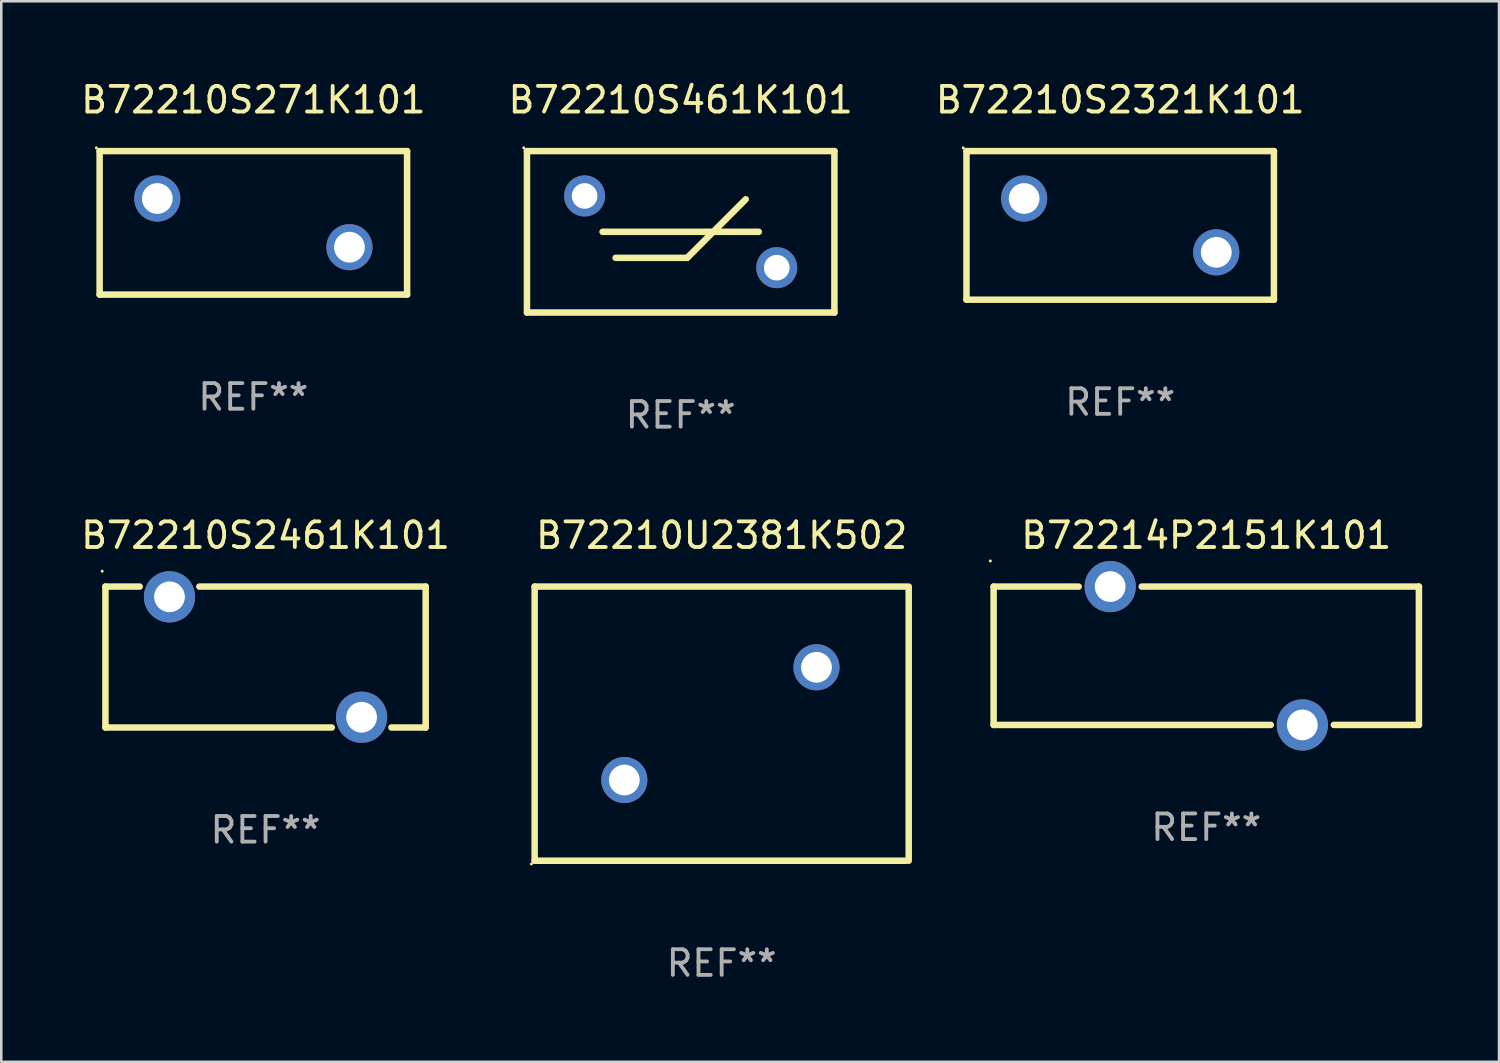
<source format=kicad_pcb>
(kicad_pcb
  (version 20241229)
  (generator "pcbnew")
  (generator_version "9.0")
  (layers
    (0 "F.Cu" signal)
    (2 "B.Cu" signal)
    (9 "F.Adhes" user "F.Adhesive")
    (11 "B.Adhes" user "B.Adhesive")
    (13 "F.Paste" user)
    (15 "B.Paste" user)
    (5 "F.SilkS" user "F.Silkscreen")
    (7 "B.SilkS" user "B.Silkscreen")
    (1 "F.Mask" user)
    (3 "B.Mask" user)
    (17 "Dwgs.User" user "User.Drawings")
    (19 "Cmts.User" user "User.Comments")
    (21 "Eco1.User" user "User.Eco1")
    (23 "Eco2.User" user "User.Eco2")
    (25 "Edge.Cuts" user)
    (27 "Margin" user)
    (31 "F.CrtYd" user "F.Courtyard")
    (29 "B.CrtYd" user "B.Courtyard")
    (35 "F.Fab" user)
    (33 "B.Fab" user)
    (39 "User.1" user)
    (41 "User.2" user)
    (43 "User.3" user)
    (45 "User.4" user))
  (footprint "B72210S2461K101"
    (layer "F.Cu")
    (at 7.315 22.595)
    (property "Reference" "B72210S2461K101" (at 0 -4.75 0) (layer "F.SilkS") (effects (font (size 1 1) (thickness 0.15))))
    (attr through_hole)
    (fp_line (start -6.25 -2.75) (end -4.913 -2.75) (stroke (width 0.254) (type solid)) (layer "F.SilkS"))
    (fp_line (start -6.25 2.75) (end -6.25 -2.75) (stroke (width 0.254) (type solid)) (layer "F.SilkS"))
    (fp_line (start -2.585 -2.75) (end 6.25 -2.75) (stroke (width 0.254) (type solid)) (layer "F.SilkS"))
    (fp_line (start 2.585 2.75) (end -6.25 2.75) (stroke (width 0.254) (type solid)) (layer "F.SilkS"))
    (fp_line (start 6.25 -2.75) (end 6.25 2.75) (stroke (width 0.254) (type solid)) (layer "F.SilkS"))
    (fp_line (start 6.25 2.75) (end 4.913 2.75) (stroke (width 0.254) (type solid)) (layer "F.SilkS"))
    (fp_circle (center -6.377 -3.35) (end -6.347 -3.35) (stroke (width 0.06) (type solid)) (fill no) (layer "F.SilkS"))
    (fp_text user "REF**" (at 0 6.75 0) (layer "F.Fab") (effects (font (size 1 1) (thickness 0.15))))
    (pad "1" thru_hole circle (at -3.749 -2.35) (size 2 2) (drill 1.2) (layers "*.Cu" "*.Mask"))
    (pad "2" thru_hole circle (at 3.749 2.35) (size 2 2) (drill 1.2) (layers "*.Cu" "*.Mask")))
  (footprint "B72214P2151K101"
    (layer "F.Cu")
    (at 44.032 22.545)
    (property "Reference" "B72214P2151K101" (at 0 -4.7 0) (layer "F.SilkS") (effects (font (size 1 1) (thickness 0.15))))
    (attr through_hole)
    (fp_line (start -8.3 -2.7) (end -8.3 2.7) (stroke (width 0.254) (type solid)) (layer "F.SilkS"))
    (fp_line (start -8.3 -2.7) (end -4.981 -2.7) (stroke (width 0.254) (type solid)) (layer "F.SilkS"))
    (fp_line (start -8.3 2.7) (end 2.519 2.7) (stroke (width 0.254) (type solid)) (layer "F.SilkS"))
    (fp_line (start -2.519 -2.7) (end 8.3 -2.7) (stroke (width 0.254) (type solid)) (layer "F.SilkS"))
    (fp_line (start 4.981 2.7) (end 8.3 2.7) (stroke (width 0.254) (type solid)) (layer "F.SilkS"))
    (fp_line (start 8.3 -2.7) (end 8.3 2.7) (stroke (width 0.254) (type solid)) (layer "F.SilkS"))
    (fp_circle (center -8.427 -3.7) (end -8.397 -3.7) (stroke (width 0.06) (type solid)) (fill no) (layer "F.SilkS"))
    (fp_text user "REF**" (at 0 6.7 0) (layer "F.Fab") (effects (font (size 1 1) (thickness 0.15))))
    (pad "1" thru_hole circle (at -3.75 -2.7) (size 2 2) (drill 1.2) (layers "*.Cu" "*.Mask"))
    (pad "2" thru_hole circle (at 3.75 2.7) (size 2 2) (drill 1.2) (layers "*.Cu" "*.Mask")))
  (footprint "B72210U2381K502"
    (layer "F.Cu")
    (at 25.118 25.195)
    (property "Reference" "B72210U2381K502" (at 0 -7.35 0) (layer "F.SilkS") (effects (font (size 1 1) (thickness 0.15))))
    (attr through_hole)
    (fp_line (start -7.3 -5.35) (end 7.2 -5.35) (stroke (width 0.254) (type solid)) (layer "F.SilkS"))
    (fp_line (start -7.3 5.35) (end -7.3 -5.35) (stroke (width 0.254) (type solid)) (layer "F.SilkS"))
    (fp_line (start 7.2 5.35) (end -7.3 5.35) (stroke (width 0.254) (type solid)) (layer "F.SilkS"))
    (fp_line (start 7.3 -5.35) (end 7.3 5.35) (stroke (width 0.254) (type solid)) (layer "F.SilkS"))
    (fp_circle (center -7.427 5.477) (end -7.397 5.477) (stroke (width 0.06) (type solid)) (fill no) (layer "F.SilkS"))
    (fp_text user "REF**" (at 0 9.35 0) (layer "F.Fab") (effects (font (size 1 1) (thickness 0.15))))
    (pad "1" thru_hole circle (at -3.8 2.2) (size 1.8 1.8) (drill 1.2) (layers "*.Cu" "*.Mask"))
    (pad "2" thru_hole circle (at 3.7 -2.2) (size 1.8 1.8) (drill 1.2) (layers "*.Cu" "*.Mask")))
  (footprint "B72210S271K101"
    (layer "F.Cu")
    (at 6.839 5.648)
    (property "Reference" "B72210S271K101" (at 0 -4.8 0) (layer "F.SilkS") (effects (font (size 1 1) (thickness 0.15))))
    (attr through_hole)
    (fp_line (start -6 -2.8) (end 6 -2.8) (stroke (width 0.254) (type solid)) (layer "F.SilkS"))
    (fp_line (start -6 2.8) (end -6 -2.8) (stroke (width 0.254) (type solid)) (layer "F.SilkS"))
    (fp_line (start 6 -2.8) (end 6 2.8) (stroke (width 0.254) (type solid)) (layer "F.SilkS"))
    (fp_line (start 6 2.8) (end -6 2.8) (stroke (width 0.254) (type solid)) (layer "F.SilkS"))
    (fp_circle (center -6.127 -2.927) (end -6.097 -2.927) (stroke (width 0.06) (type solid)) (fill no) (layer "F.SilkS"))
    (fp_text user "REF**" (at 0 6.8 0) (layer "F.Fab") (effects (font (size 1 1) (thickness 0.15))))
    (pad "1" thru_hole circle (at -3.75 -0.95) (size 1.8 1.8) (drill 1.2) (layers "*.Cu" "*.Mask"))
    (pad "2" thru_hole circle (at 3.75 0.95) (size 1.8 1.8) (drill 1.2) (layers "*.Cu" "*.Mask")))
  (footprint "B72210S461K101"
    (layer "F.Cu")
    (at 23.518 5.998)
    (property "Reference" "B72210S461K101" (at 0 -5.15 0) (layer "F.SilkS") (effects (font (size 1 1) (thickness 0.15))))
    (attr through_hole)
    (fp_line (start -6 -3.15) (end 6 -3.15) (stroke (width 0.254) (type solid)) (layer "F.SilkS"))
    (fp_line (start -6 3.15) (end -6 -3.15) (stroke (width 0.254) (type solid)) (layer "F.SilkS"))
    (fp_line (start -3.048 0) (end 3.048 0) (stroke (width 0.254) (type solid)) (layer "F.SilkS"))
    (fp_line (start -2.54 1.016) (end 0.254 1.016) (stroke (width 0.254) (type solid)) (layer "F.SilkS"))
    (fp_line (start 0.254 1.016) (end 2.54 -1.27) (stroke (width 0.254) (type solid)) (layer "F.SilkS"))
    (fp_line (start 6 -3.15) (end 6 3.15) (stroke (width 0.254) (type solid)) (layer "F.SilkS"))
    (fp_line (start 6 3.15) (end -6 3.15) (stroke (width 0.254) (type solid)) (layer "F.SilkS"))
    (fp_circle (center -6.127 -3.277) (end -6.097 -3.277) (stroke (width 0.06) (type solid)) (fill no) (layer "F.SilkS"))
    (fp_text user "REF**" (at 0 7.15 0) (layer "F.Fab") (effects (font (size 1 1) (thickness 0.15))))
    (pad "1" thru_hole circle (at -3.75 -1.4) (size 1.6 1.6) (drill 1) (layers "*.Cu" "*.Mask"))
    (pad "2" thru_hole circle (at 3.75 1.4) (size 1.6 1.6) (drill 1) (layers "*.Cu" "*.Mask")))
  (footprint "B72210S2321K101"
    (layer "F.Cu")
    (at 40.673 5.748)
    (property "Reference" "B72210S2321K101" (at 0 -4.9 0) (layer "F.SilkS") (effects (font (size 1 1) (thickness 0.15))))
    (attr through_hole)
    (fp_line (start -6 -2.9) (end 6 -2.9) (stroke (width 0.254) (type solid)) (layer "F.SilkS"))
    (fp_line (start -6 2.9) (end -6 -2.9) (stroke (width 0.254) (type solid)) (layer "F.SilkS"))
    (fp_line (start 6 -2.9) (end 6 2.9) (stroke (width 0.254) (type solid)) (layer "F.SilkS"))
    (fp_line (start 6 2.9) (end -6 2.9) (stroke (width 0.254) (type solid)) (layer "F.SilkS"))
    (fp_circle (center -6.127 -3.027) (end -6.097 -3.027) (stroke (width 0.06) (type solid)) (fill no) (layer "F.SilkS"))
    (fp_text user "REF**" (at 0 6.9 0) (layer "F.Fab") (effects (font (size 1 1) (thickness 0.15))))
    (pad "1" thru_hole circle (at -3.75 -1.05) (size 1.8 1.8) (drill 1.2) (layers "*.Cu" "*.Mask"))
    (pad "2" thru_hole circle (at 3.75 1.05) (size 1.8 1.8) (drill 1.2) (layers "*.Cu" "*.Mask")))
  (gr_rect
    (start -3 -3)
    (end 55.459 38.393)
    (stroke (width 0.1) (type default))
    (fill no)
    (layer "Edge.Cuts")))
</source>
